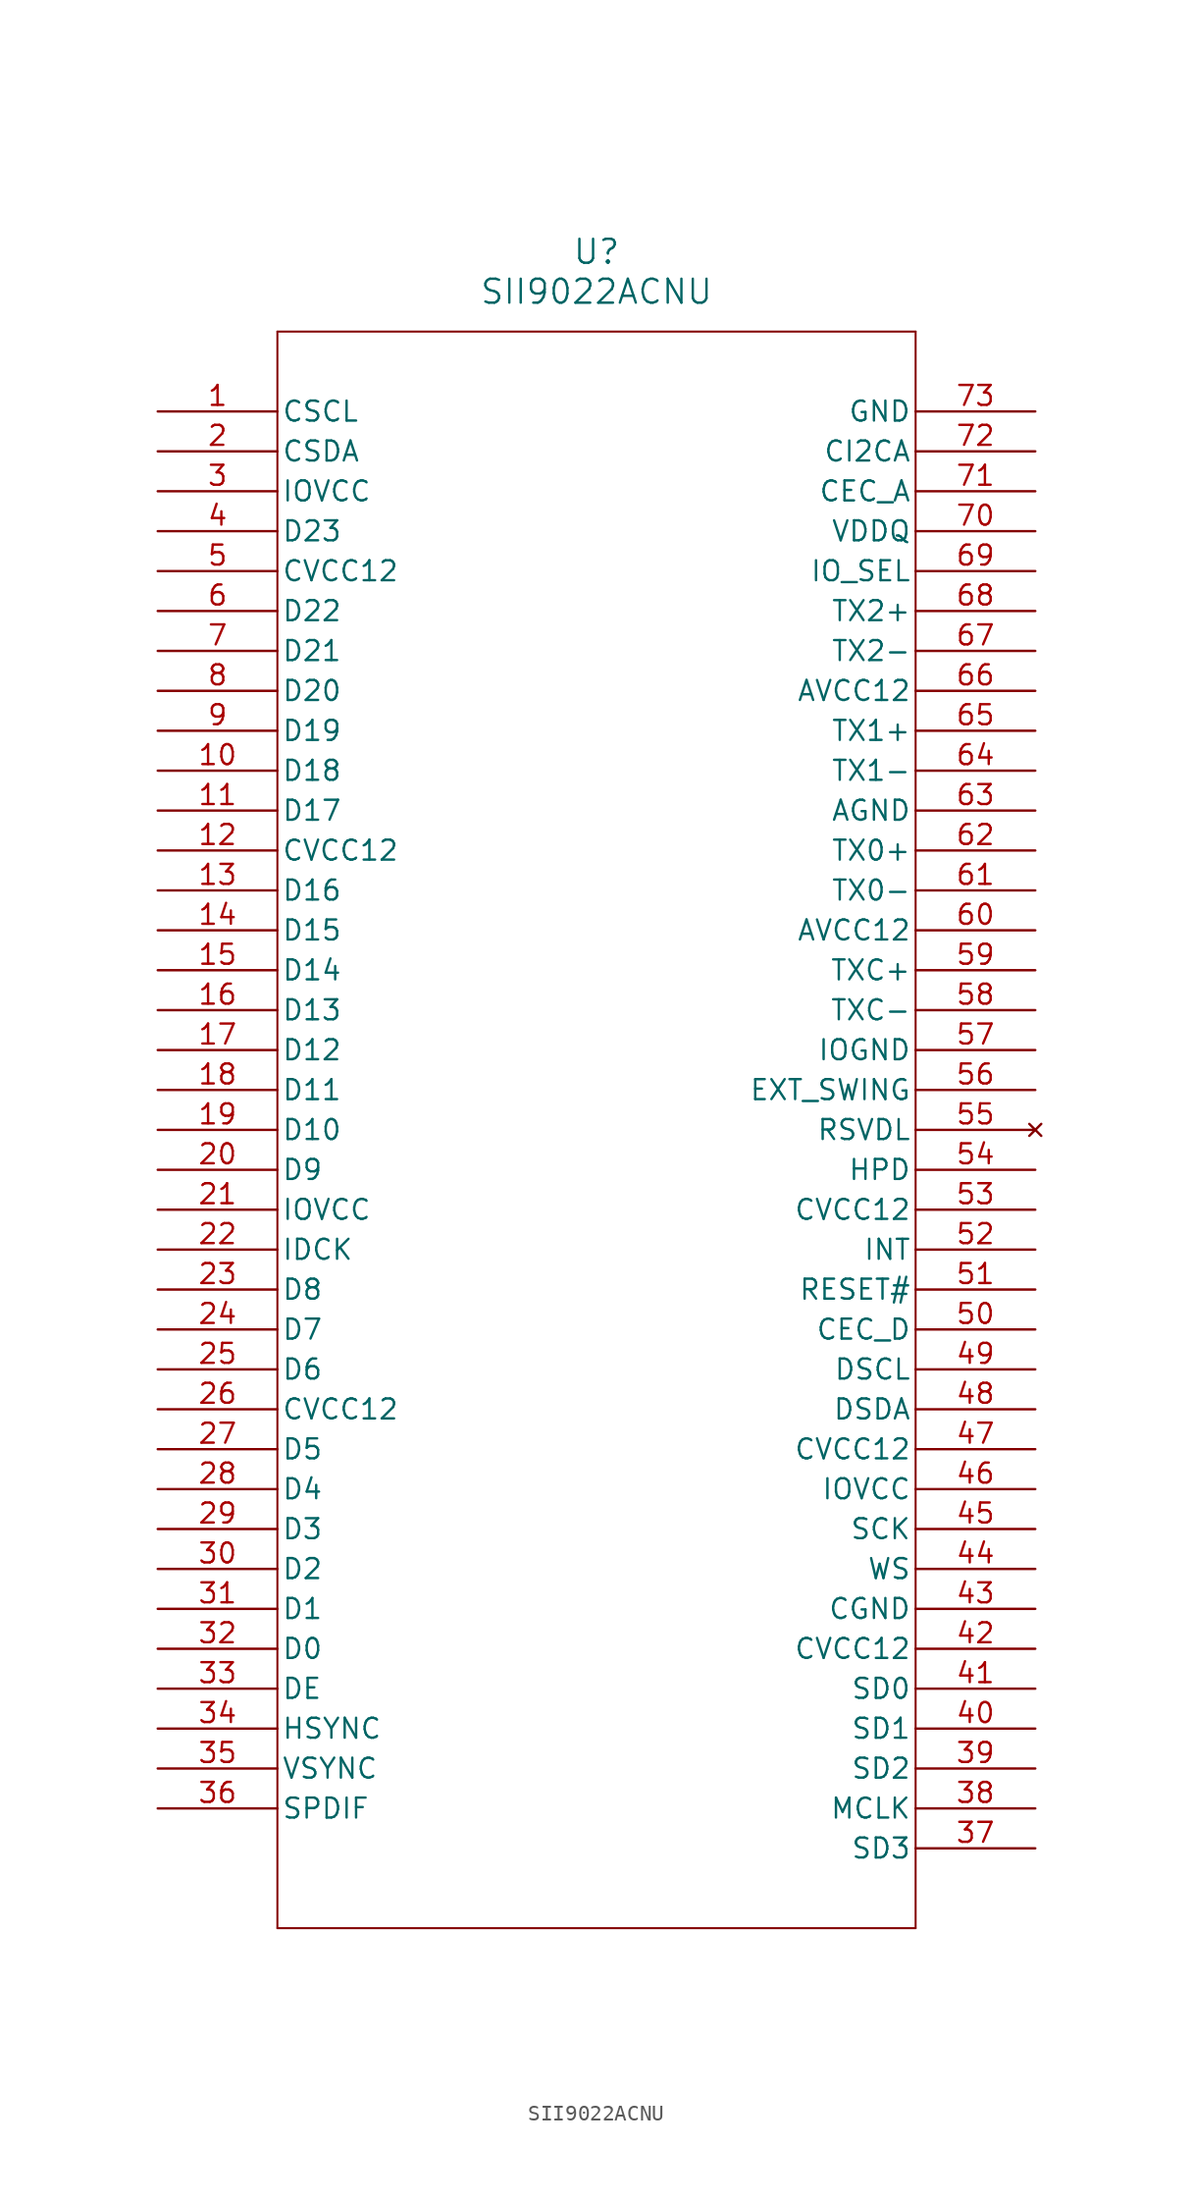
<source format=kicad_sym>
(kicad_symbol_lib
  (version 20220914)
  (generator kicad_symbol_editor)
  (symbol "SII9022ACNU"
    (pin_names
      (offset 0.254))
    (property "Reference" "U"
      (at 27.94 10.16 0)
      (effects (font (size 1.524 1.524))))
    (property "Value" "SII9022ACNU"
      (at 27.94 7.62 0)
      (effects (font (size 1.524 1.524))))
    (symbol "SII9022ACNU_0_1"
      (polyline (pts (xy 7.62 -96.52) (xy 48.26 -96.52)) (stroke (width 0.127) (type default)) (fill (type none)))
      (polyline (pts (xy 7.62 5.08) (xy 7.62 -96.52)) (stroke (width 0.127) (type default)) (fill (type none)))
      (polyline (pts (xy 48.26 -96.52) (xy 48.26 5.08)) (stroke (width 0.127) (type default)) (fill (type none)))
      (polyline (pts (xy 48.26 5.08) (xy 7.62 5.08)) (stroke (width 0.127) (type default)) (fill (type none)))
      (pin bidirectional line (at 0 0 0) (length 7.62) (name "CSCL" (effects (font (size 1.27 1.27)))) (number "1" (effects (font (size 1.27 1.27)))))
      (pin input line (at 0 -22.86 0) (length 7.62) (name "D18" (effects (font (size 1.27 1.27)))) (number "10" (effects (font (size 1.27 1.27)))))
      (pin input line (at 0 -25.4 0) (length 7.62) (name "D17" (effects (font (size 1.27 1.27)))) (number "11" (effects (font (size 1.27 1.27)))))
      (pin power_in line (at 0 -27.94 0) (length 7.62) (name "CVCC12" (effects (font (size 1.27 1.27)))) (number "12" (effects (font (size 1.27 1.27)))))
      (pin input line (at 0 -30.48 0) (length 7.62) (name "D16" (effects (font (size 1.27 1.27)))) (number "13" (effects (font (size 1.27 1.27)))))
      (pin input line (at 0 -33.02 0) (length 7.62) (name "D15" (effects (font (size 1.27 1.27)))) (number "14" (effects (font (size 1.27 1.27)))))
      (pin input line (at 0 -35.56 0) (length 7.62) (name "D14" (effects (font (size 1.27 1.27)))) (number "15" (effects (font (size 1.27 1.27)))))
      (pin input line (at 0 -38.1 0) (length 7.62) (name "D13" (effects (font (size 1.27 1.27)))) (number "16" (effects (font (size 1.27 1.27)))))
      (pin input line (at 0 -40.64 0) (length 7.62) (name "D12" (effects (font (size 1.27 1.27)))) (number "17" (effects (font (size 1.27 1.27)))))
      (pin input line (at 0 -43.18 0) (length 7.62) (name "D11" (effects (font (size 1.27 1.27)))) (number "18" (effects (font (size 1.27 1.27)))))
      (pin input line (at 0 -45.72 0) (length 7.62) (name "D10" (effects (font (size 1.27 1.27)))) (number "19" (effects (font (size 1.27 1.27)))))
      (pin bidirectional line (at 0 -2.54 0) (length 7.62) (name "CSDA" (effects (font (size 1.27 1.27)))) (number "2" (effects (font (size 1.27 1.27)))))
      (pin input line (at 0 -48.26 0) (length 7.62) (name "D9" (effects (font (size 1.27 1.27)))) (number "20" (effects (font (size 1.27 1.27)))))
      (pin power_in line (at 0 -50.8 0) (length 7.62) (name "IOVCC" (effects (font (size 1.27 1.27)))) (number "21" (effects (font (size 1.27 1.27)))))
      (pin input line (at 0 -53.34 0) (length 7.62) (name "IDCK" (effects (font (size 1.27 1.27)))) (number "22" (effects (font (size 1.27 1.27)))))
      (pin input line (at 0 -55.88 0) (length 7.62) (name "D8" (effects (font (size 1.27 1.27)))) (number "23" (effects (font (size 1.27 1.27)))))
      (pin input line (at 0 -58.42 0) (length 7.62) (name "D7" (effects (font (size 1.27 1.27)))) (number "24" (effects (font (size 1.27 1.27)))))
      (pin input line (at 0 -60.96 0) (length 7.62) (name "D6" (effects (font (size 1.27 1.27)))) (number "25" (effects (font (size 1.27 1.27)))))
      (pin power_in line (at 0 -63.5 0) (length 7.62) (name "CVCC12" (effects (font (size 1.27 1.27)))) (number "26" (effects (font (size 1.27 1.27)))))
      (pin input line (at 0 -66.04 0) (length 7.62) (name "D5" (effects (font (size 1.27 1.27)))) (number "27" (effects (font (size 1.27 1.27)))))
      (pin input line (at 0 -68.58 0) (length 7.62) (name "D4" (effects (font (size 1.27 1.27)))) (number "28" (effects (font (size 1.27 1.27)))))
      (pin input line (at 0 -71.12 0) (length 7.62) (name "D3" (effects (font (size 1.27 1.27)))) (number "29" (effects (font (size 1.27 1.27)))))
      (pin power_in line (at 0 -5.08 0) (length 7.62) (name "IOVCC" (effects (font (size 1.27 1.27)))) (number "3" (effects (font (size 1.27 1.27)))))
      (pin input line (at 0 -73.66 0) (length 7.62) (name "D2" (effects (font (size 1.27 1.27)))) (number "30" (effects (font (size 1.27 1.27)))))
      (pin input line (at 0 -76.2 0) (length 7.62) (name "D1" (effects (font (size 1.27 1.27)))) (number "31" (effects (font (size 1.27 1.27)))))
      (pin input line (at 0 -78.74 0) (length 7.62) (name "D0" (effects (font (size 1.27 1.27)))) (number "32" (effects (font (size 1.27 1.27)))))
      (pin input line (at 0 -81.28 0) (length 7.62) (name "DE" (effects (font (size 1.27 1.27)))) (number "33" (effects (font (size 1.27 1.27)))))
      (pin input line (at 0 -83.82 0) (length 7.62) (name "HSYNC" (effects (font (size 1.27 1.27)))) (number "34" (effects (font (size 1.27 1.27)))))
      (pin input line (at 0 -86.36 0) (length 7.62) (name "VSYNC" (effects (font (size 1.27 1.27)))) (number "35" (effects (font (size 1.27 1.27)))))
      (pin input line (at 0 -88.9 0) (length 7.62) (name "SPDIF" (effects (font (size 1.27 1.27)))) (number "36" (effects (font (size 1.27 1.27)))))
      (pin input line (at 55.88 -91.44 180) (length 7.62) (name "SD3" (effects (font (size 1.27 1.27)))) (number "37" (effects (font (size 1.27 1.27)))))
      (pin input line (at 55.88 -88.9 180) (length 7.62) (name "MCLK" (effects (font (size 1.27 1.27)))) (number "38" (effects (font (size 1.27 1.27)))))
      (pin input line (at 55.88 -86.36 180) (length 7.62) (name "SD2" (effects (font (size 1.27 1.27)))) (number "39" (effects (font (size 1.27 1.27)))))
      (pin input line (at 0 -7.62 0) (length 7.62) (name "D23" (effects (font (size 1.27 1.27)))) (number "4" (effects (font (size 1.27 1.27)))))
      (pin input line (at 55.88 -83.82 180) (length 7.62) (name "SD1" (effects (font (size 1.27 1.27)))) (number "40" (effects (font (size 1.27 1.27)))))
      (pin input line (at 55.88 -81.28 180) (length 7.62) (name "SD0" (effects (font (size 1.27 1.27)))) (number "41" (effects (font (size 1.27 1.27)))))
      (pin power_in line (at 55.88 -78.74 180) (length 7.62) (name "CVCC12" (effects (font (size 1.27 1.27)))) (number "42" (effects (font (size 1.27 1.27)))))
      (pin power_out line (at 55.88 -76.2 180) (length 7.62) (name "CGND" (effects (font (size 1.27 1.27)))) (number "43" (effects (font (size 1.27 1.27)))))
      (pin input line (at 55.88 -73.66 180) (length 7.62) (name "WS" (effects (font (size 1.27 1.27)))) (number "44" (effects (font (size 1.27 1.27)))))
      (pin input line (at 55.88 -71.12 180) (length 7.62) (name "SCK" (effects (font (size 1.27 1.27)))) (number "45" (effects (font (size 1.27 1.27)))))
      (pin power_in line (at 55.88 -68.58 180) (length 7.62) (name "IOVCC" (effects (font (size 1.27 1.27)))) (number "46" (effects (font (size 1.27 1.27)))))
      (pin power_in line (at 55.88 -66.04 180) (length 7.62) (name "CVCC12" (effects (font (size 1.27 1.27)))) (number "47" (effects (font (size 1.27 1.27)))))
      (pin bidirectional line (at 55.88 -63.5 180) (length 7.62) (name "DSDA" (effects (font (size 1.27 1.27)))) (number "48" (effects (font (size 1.27 1.27)))))
      (pin bidirectional line (at 55.88 -60.96 180) (length 7.62) (name "DSCL" (effects (font (size 1.27 1.27)))) (number "49" (effects (font (size 1.27 1.27)))))
      (pin power_in line (at 0 -10.16 0) (length 7.62) (name "CVCC12" (effects (font (size 1.27 1.27)))) (number "5" (effects (font (size 1.27 1.27)))))
      (pin bidirectional line (at 55.88 -58.42 180) (length 7.62) (name "CEC_D" (effects (font (size 1.27 1.27)))) (number "50" (effects (font (size 1.27 1.27)))))
      (pin input line (at 55.88 -55.88 180) (length 7.62) (name "RESET#" (effects (font (size 1.27 1.27)))) (number "51" (effects (font (size 1.27 1.27)))))
      (pin output line (at 55.88 -53.34 180) (length 7.62) (name "INT" (effects (font (size 1.27 1.27)))) (number "52" (effects (font (size 1.27 1.27)))))
      (pin power_in line (at 55.88 -50.8 180) (length 7.62) (name "CVCC12" (effects (font (size 1.27 1.27)))) (number "53" (effects (font (size 1.27 1.27)))))
      (pin input line (at 55.88 -48.26 180) (length 7.62) (name "HPD" (effects (font (size 1.27 1.27)))) (number "54" (effects (font (size 1.27 1.27)))))
      (pin no_connect line (at 55.88 -45.72 180) (length 7.62) (name "RSVDL" (effects (font (size 1.27 1.27)))) (number "55" (effects (font (size 1.27 1.27)))))
      (pin unspecified line (at 55.88 -43.18 180) (length 7.62) (name "EXT_SWING" (effects (font (size 1.27 1.27)))) (number "56" (effects (font (size 1.27 1.27)))))
      (pin power_out line (at 55.88 -40.64 180) (length 7.62) (name "IOGND" (effects (font (size 1.27 1.27)))) (number "57" (effects (font (size 1.27 1.27)))))
      (pin output line (at 55.88 -38.1 180) (length 7.62) (name "TXC-" (effects (font (size 1.27 1.27)))) (number "58" (effects (font (size 1.27 1.27)))))
      (pin output line (at 55.88 -35.56 180) (length 7.62) (name "TXC+" (effects (font (size 1.27 1.27)))) (number "59" (effects (font (size 1.27 1.27)))))
      (pin input line (at 0 -12.7 0) (length 7.62) (name "D22" (effects (font (size 1.27 1.27)))) (number "6" (effects (font (size 1.27 1.27)))))
      (pin bidirectional line (at 55.88 -33.02 180) (length 7.62) (name "AVCC12" (effects (font (size 1.27 1.27)))) (number "60" (effects (font (size 1.27 1.27)))))
      (pin output line (at 55.88 -30.48 180) (length 7.62) (name "TX0-" (effects (font (size 1.27 1.27)))) (number "61" (effects (font (size 1.27 1.27)))))
      (pin output line (at 55.88 -27.94 180) (length 7.62) (name "TX0+" (effects (font (size 1.27 1.27)))) (number "62" (effects (font (size 1.27 1.27)))))
      (pin power_out line (at 55.88 -25.4 180) (length 7.62) (name "AGND" (effects (font (size 1.27 1.27)))) (number "63" (effects (font (size 1.27 1.27)))))
      (pin output line (at 55.88 -22.86 180) (length 7.62) (name "TX1-" (effects (font (size 1.27 1.27)))) (number "64" (effects (font (size 1.27 1.27)))))
      (pin output line (at 55.88 -20.32 180) (length 7.62) (name "TX1+" (effects (font (size 1.27 1.27)))) (number "65" (effects (font (size 1.27 1.27)))))
      (pin bidirectional line (at 55.88 -17.78 180) (length 7.62) (name "AVCC12" (effects (font (size 1.27 1.27)))) (number "66" (effects (font (size 1.27 1.27)))))
      (pin output line (at 55.88 -15.24 180) (length 7.62) (name "TX2-" (effects (font (size 1.27 1.27)))) (number "67" (effects (font (size 1.27 1.27)))))
      (pin output line (at 55.88 -12.7 180) (length 7.62) (name "TX2+" (effects (font (size 1.27 1.27)))) (number "68" (effects (font (size 1.27 1.27)))))
      (pin input line (at 55.88 -10.16 180) (length 7.62) (name "IO_SEL" (effects (font (size 1.27 1.27)))) (number "69" (effects (font (size 1.27 1.27)))))
      (pin input line (at 0 -15.24 0) (length 7.62) (name "D21" (effects (font (size 1.27 1.27)))) (number "7" (effects (font (size 1.27 1.27)))))
      (pin power_in line (at 55.88 -7.62 180) (length 7.62) (name "VDDQ" (effects (font (size 1.27 1.27)))) (number "70" (effects (font (size 1.27 1.27)))))
      (pin bidirectional line (at 55.88 -5.08 180) (length 7.62) (name "CEC_A" (effects (font (size 1.27 1.27)))) (number "71" (effects (font (size 1.27 1.27)))))
      (pin input line (at 55.88 -2.54 180) (length 7.62) (name "CI2CA" (effects (font (size 1.27 1.27)))) (number "72" (effects (font (size 1.27 1.27)))))
      (pin power_out line (at 55.88 0 180) (length 7.62) (name "GND" (effects (font (size 1.27 1.27)))) (number "73" (effects (font (size 1.27 1.27)))))
      (pin input line (at 0 -17.78 0) (length 7.62) (name "D20" (effects (font (size 1.27 1.27)))) (number "8" (effects (font (size 1.27 1.27)))))
      (pin input line (at 0 -20.32 0) (length 7.62) (name "D19" (effects (font (size 1.27 1.27)))) (number "9" (effects (font (size 1.27 1.27))))))))
</source>
